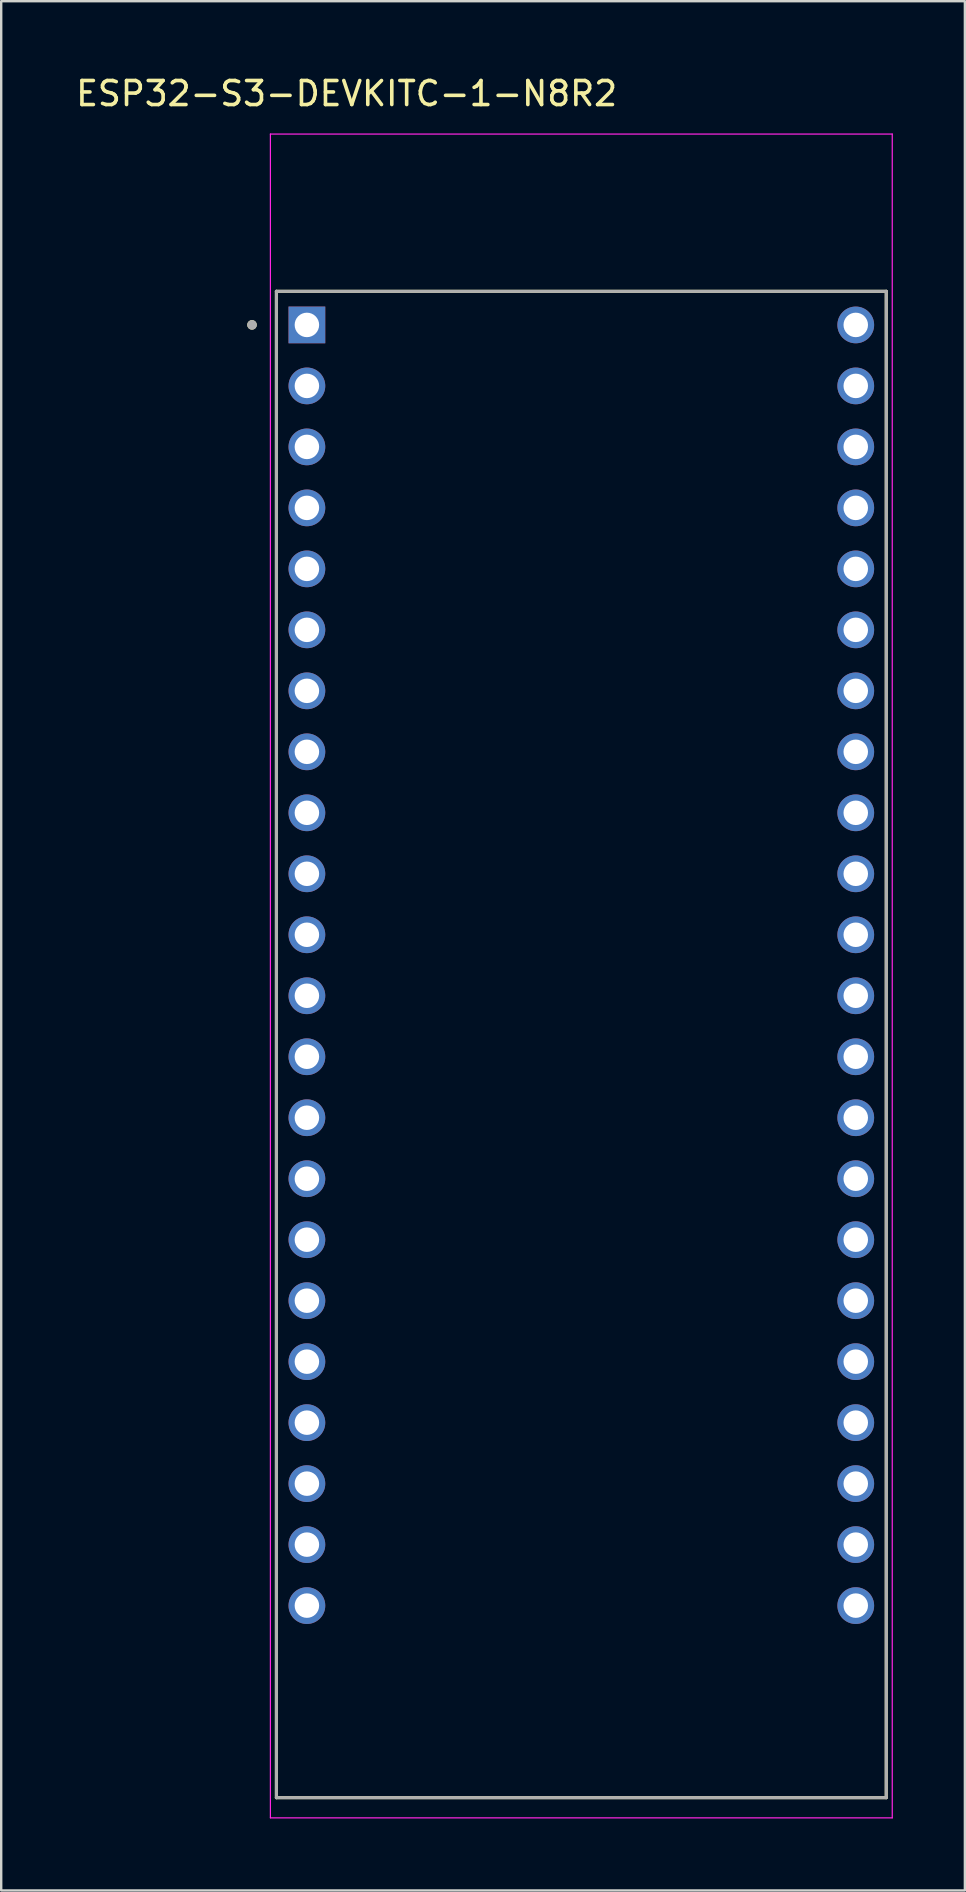
<source format=kicad_pcb>
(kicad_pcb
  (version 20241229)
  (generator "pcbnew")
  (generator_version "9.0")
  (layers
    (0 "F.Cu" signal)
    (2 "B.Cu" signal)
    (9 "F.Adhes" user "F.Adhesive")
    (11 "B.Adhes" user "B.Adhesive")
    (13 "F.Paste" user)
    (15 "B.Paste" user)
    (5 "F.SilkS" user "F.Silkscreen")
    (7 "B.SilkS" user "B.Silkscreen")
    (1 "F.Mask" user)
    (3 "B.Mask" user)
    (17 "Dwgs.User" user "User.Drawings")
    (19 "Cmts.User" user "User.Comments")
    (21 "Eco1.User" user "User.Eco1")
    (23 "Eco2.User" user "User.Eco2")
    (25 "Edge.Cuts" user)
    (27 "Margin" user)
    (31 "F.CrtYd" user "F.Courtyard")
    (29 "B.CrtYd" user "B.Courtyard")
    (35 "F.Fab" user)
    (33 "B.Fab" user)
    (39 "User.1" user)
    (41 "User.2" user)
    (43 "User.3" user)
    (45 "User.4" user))
  (footprint "ESP32-S3-DEVKITC-1-N8R2"
    (layer "F.Cu")
    (at 21.162 40.453)
    (property "Reference" "ESP32-S3-DEVKITC-1-N8R2" (at -9.775 -39.605 0) (layer "F.SilkS") (effects (font (size 1 1) (thickness 0.15))))
    (attr through_hole)
    (fp_line (start -12.7 -31.37) (end 12.7 -31.37) (stroke (width 0.127) (type solid)) (layer "F.SilkS"))
    (fp_line (start -12.7 31.37) (end -12.7 -31.37) (stroke (width 0.127) (type solid)) (layer "F.SilkS"))
    (fp_line (start 12.7 -31.37) (end 12.7 31.37) (stroke (width 0.127) (type solid)) (layer "F.SilkS"))
    (fp_line (start 12.7 31.37) (end -12.7 31.37) (stroke (width 0.127) (type solid)) (layer "F.SilkS"))
    (fp_circle (center -13.716 -29.972) (end -13.616 -29.972) (stroke (width 0.2) (type solid)) (fill no) (layer "F.SilkS"))
    (fp_line (start -12.95 -37.92) (end -12.95 32.21) (stroke (width 0.05) (type solid)) (layer "F.CrtYd"))
    (fp_line (start -12.95 32.21) (end 12.95 32.21) (stroke (width 0.05) (type solid)) (layer "F.CrtYd"))
    (fp_line (start 12.95 -37.92) (end -12.95 -37.92) (stroke (width 0.05) (type solid)) (layer "F.CrtYd"))
    (fp_line (start 12.95 32.21) (end 12.95 -37.92) (stroke (width 0.05) (type solid)) (layer "F.CrtYd"))
    (fp_line (start -12.7 -31.37) (end 12.7 -31.37) (stroke (width 0.127) (type solid)) (layer "F.Fab"))
    (fp_line (start -12.7 31.37) (end -12.7 -31.37) (stroke (width 0.127) (type solid)) (layer "F.Fab"))
    (fp_line (start 12.7 -31.37) (end 12.7 31.37) (stroke (width 0.127) (type solid)) (layer "F.Fab"))
    (fp_line (start 12.7 31.37) (end -12.7 31.37) (stroke (width 0.127) (type solid)) (layer "F.Fab"))
    (fp_circle (center -13.716 -29.972) (end -13.616 -29.972) (stroke (width 0.2) (type solid)) (fill no) (layer "F.Fab"))
    (pad "J1_1" thru_hole rect (at -11.43 -29.97) (size 1.53 1.53) (drill 1.02) (layers "*.Cu" "*.Mask"))
    (pad "J1_2" thru_hole circle (at -11.43 -27.43) (size 1.53 1.53) (drill 1.02) (layers "*.Cu" "*.Mask"))
    (pad "J1_3" thru_hole circle (at -11.43 -24.89) (size 1.53 1.53) (drill 1.02) (layers "*.Cu" "*.Mask"))
    (pad "J1_4" thru_hole circle (at -11.43 -22.35) (size 1.53 1.53) (drill 1.02) (layers "*.Cu" "*.Mask"))
    (pad "J1_5" thru_hole circle (at -11.43 -19.81) (size 1.53 1.53) (drill 1.02) (layers "*.Cu" "*.Mask"))
    (pad "J1_6" thru_hole circle (at -11.43 -17.27) (size 1.53 1.53) (drill 1.02) (layers "*.Cu" "*.Mask"))
    (pad "J1_7" thru_hole circle (at -11.43 -14.73) (size 1.53 1.53) (drill 1.02) (layers "*.Cu" "*.Mask"))
    (pad "J1_8" thru_hole circle (at -11.43 -12.19) (size 1.53 1.53) (drill 1.02) (layers "*.Cu" "*.Mask"))
    (pad "J1_9" thru_hole circle (at -11.43 -9.65) (size 1.53 1.53) (drill 1.02) (layers "*.Cu" "*.Mask"))
    (pad "J1_10" thru_hole circle (at -11.43 -7.11) (size 1.53 1.53) (drill 1.02) (layers "*.Cu" "*.Mask"))
    (pad "J1_11" thru_hole circle (at -11.43 -4.57) (size 1.53 1.53) (drill 1.02) (layers "*.Cu" "*.Mask"))
    (pad "J1_12" thru_hole circle (at -11.43 -2.03) (size 1.53 1.53) (drill 1.02) (layers "*.Cu" "*.Mask"))
    (pad "J1_13" thru_hole circle (at -11.43 0.51) (size 1.53 1.53) (drill 1.02) (layers "*.Cu" "*.Mask"))
    (pad "J1_14" thru_hole circle (at -11.43 3.05) (size 1.53 1.53) (drill 1.02) (layers "*.Cu" "*.Mask"))
    (pad "J1_15" thru_hole circle (at -11.43 5.59) (size 1.53 1.53) (drill 1.02) (layers "*.Cu" "*.Mask"))
    (pad "J1_16" thru_hole circle (at -11.43 8.13) (size 1.53 1.53) (drill 1.02) (layers "*.Cu" "*.Mask"))
    (pad "J1_17" thru_hole circle (at -11.43 10.67) (size 1.53 1.53) (drill 1.02) (layers "*.Cu" "*.Mask"))
    (pad "J1_18" thru_hole circle (at -11.43 13.21) (size 1.53 1.53) (drill 1.02) (layers "*.Cu" "*.Mask"))
    (pad "J1_19" thru_hole circle (at -11.43 15.75) (size 1.53 1.53) (drill 1.02) (layers "*.Cu" "*.Mask"))
    (pad "J1_20" thru_hole circle (at -11.43 18.29) (size 1.53 1.53) (drill 1.02) (layers "*.Cu" "*.Mask"))
    (pad "J1_21" thru_hole circle (at -11.43 20.83) (size 1.53 1.53) (drill 1.02) (layers "*.Cu" "*.Mask"))
    (pad "J1_22" thru_hole circle (at -11.43 23.37) (size 1.53 1.53) (drill 1.02) (layers "*.Cu" "*.Mask"))
    (pad "J3_1" thru_hole circle (at 11.43 -29.97) (size 1.53 1.53) (drill 1.02) (layers "*.Cu" "*.Mask"))
    (pad "J3_2" thru_hole circle (at 11.43 -27.43) (size 1.53 1.53) (drill 1.02) (layers "*.Cu" "*.Mask"))
    (pad "J3_3" thru_hole circle (at 11.43 -24.89) (size 1.53 1.53) (drill 1.02) (layers "*.Cu" "*.Mask"))
    (pad "J3_4" thru_hole circle (at 11.43 -22.35) (size 1.53 1.53) (drill 1.02) (layers "*.Cu" "*.Mask"))
    (pad "J3_5" thru_hole circle (at 11.43 -19.81) (size 1.53 1.53) (drill 1.02) (layers "*.Cu" "*.Mask"))
    (pad "J3_6" thru_hole circle (at 11.43 -17.27) (size 1.53 1.53) (drill 1.02) (layers "*.Cu" "*.Mask"))
    (pad "J3_7" thru_hole circle (at 11.43 -14.73) (size 1.53 1.53) (drill 1.02) (layers "*.Cu" "*.Mask"))
    (pad "J3_8" thru_hole circle (at 11.43 -12.19) (size 1.53 1.53) (drill 1.02) (layers "*.Cu" "*.Mask"))
    (pad "J3_9" thru_hole circle (at 11.43 -9.65) (size 1.53 1.53) (drill 1.02) (layers "*.Cu" "*.Mask"))
    (pad "J3_10" thru_hole circle (at 11.43 -7.11) (size 1.53 1.53) (drill 1.02) (layers "*.Cu" "*.Mask"))
    (pad "J3_11" thru_hole circle (at 11.43 -4.57) (size 1.53 1.53) (drill 1.02) (layers "*.Cu" "*.Mask"))
    (pad "J3_12" thru_hole circle (at 11.43 -2.03) (size 1.53 1.53) (drill 1.02) (layers "*.Cu" "*.Mask"))
    (pad "J3_13" thru_hole circle (at 11.43 0.51) (size 1.53 1.53) (drill 1.02) (layers "*.Cu" "*.Mask"))
    (pad "J3_14" thru_hole circle (at 11.43 3.05) (size 1.53 1.53) (drill 1.02) (layers "*.Cu" "*.Mask"))
    (pad "J3_15" thru_hole circle (at 11.43 5.59) (size 1.53 1.53) (drill 1.02) (layers "*.Cu" "*.Mask"))
    (pad "J3_16" thru_hole circle (at 11.43 8.13) (size 1.53 1.53) (drill 1.02) (layers "*.Cu" "*.Mask"))
    (pad "J3_17" thru_hole circle (at 11.43 10.67) (size 1.53 1.53) (drill 1.02) (layers "*.Cu" "*.Mask"))
    (pad "J3_18" thru_hole circle (at 11.43 13.21) (size 1.53 1.53) (drill 1.02) (layers "*.Cu" "*.Mask"))
    (pad "J3_19" thru_hole circle (at 11.43 15.75) (size 1.53 1.53) (drill 1.02) (layers "*.Cu" "*.Mask"))
    (pad "J3_20" thru_hole circle (at 11.43 18.29) (size 1.53 1.53) (drill 1.02) (layers "*.Cu" "*.Mask"))
    (pad "J3_21" thru_hole circle (at 11.43 20.83) (size 1.53 1.53) (drill 1.02) (layers "*.Cu" "*.Mask"))
    (pad "J3_22" thru_hole circle (at 11.43 23.37) (size 1.53 1.53) (drill 1.02) (layers "*.Cu" "*.Mask")))
  (gr_rect
    (start -3 -3)
    (end 37.137 75.688)
    (stroke (width 0.1) (type default))
    (fill no)
    (layer "Edge.Cuts")))
</source>
